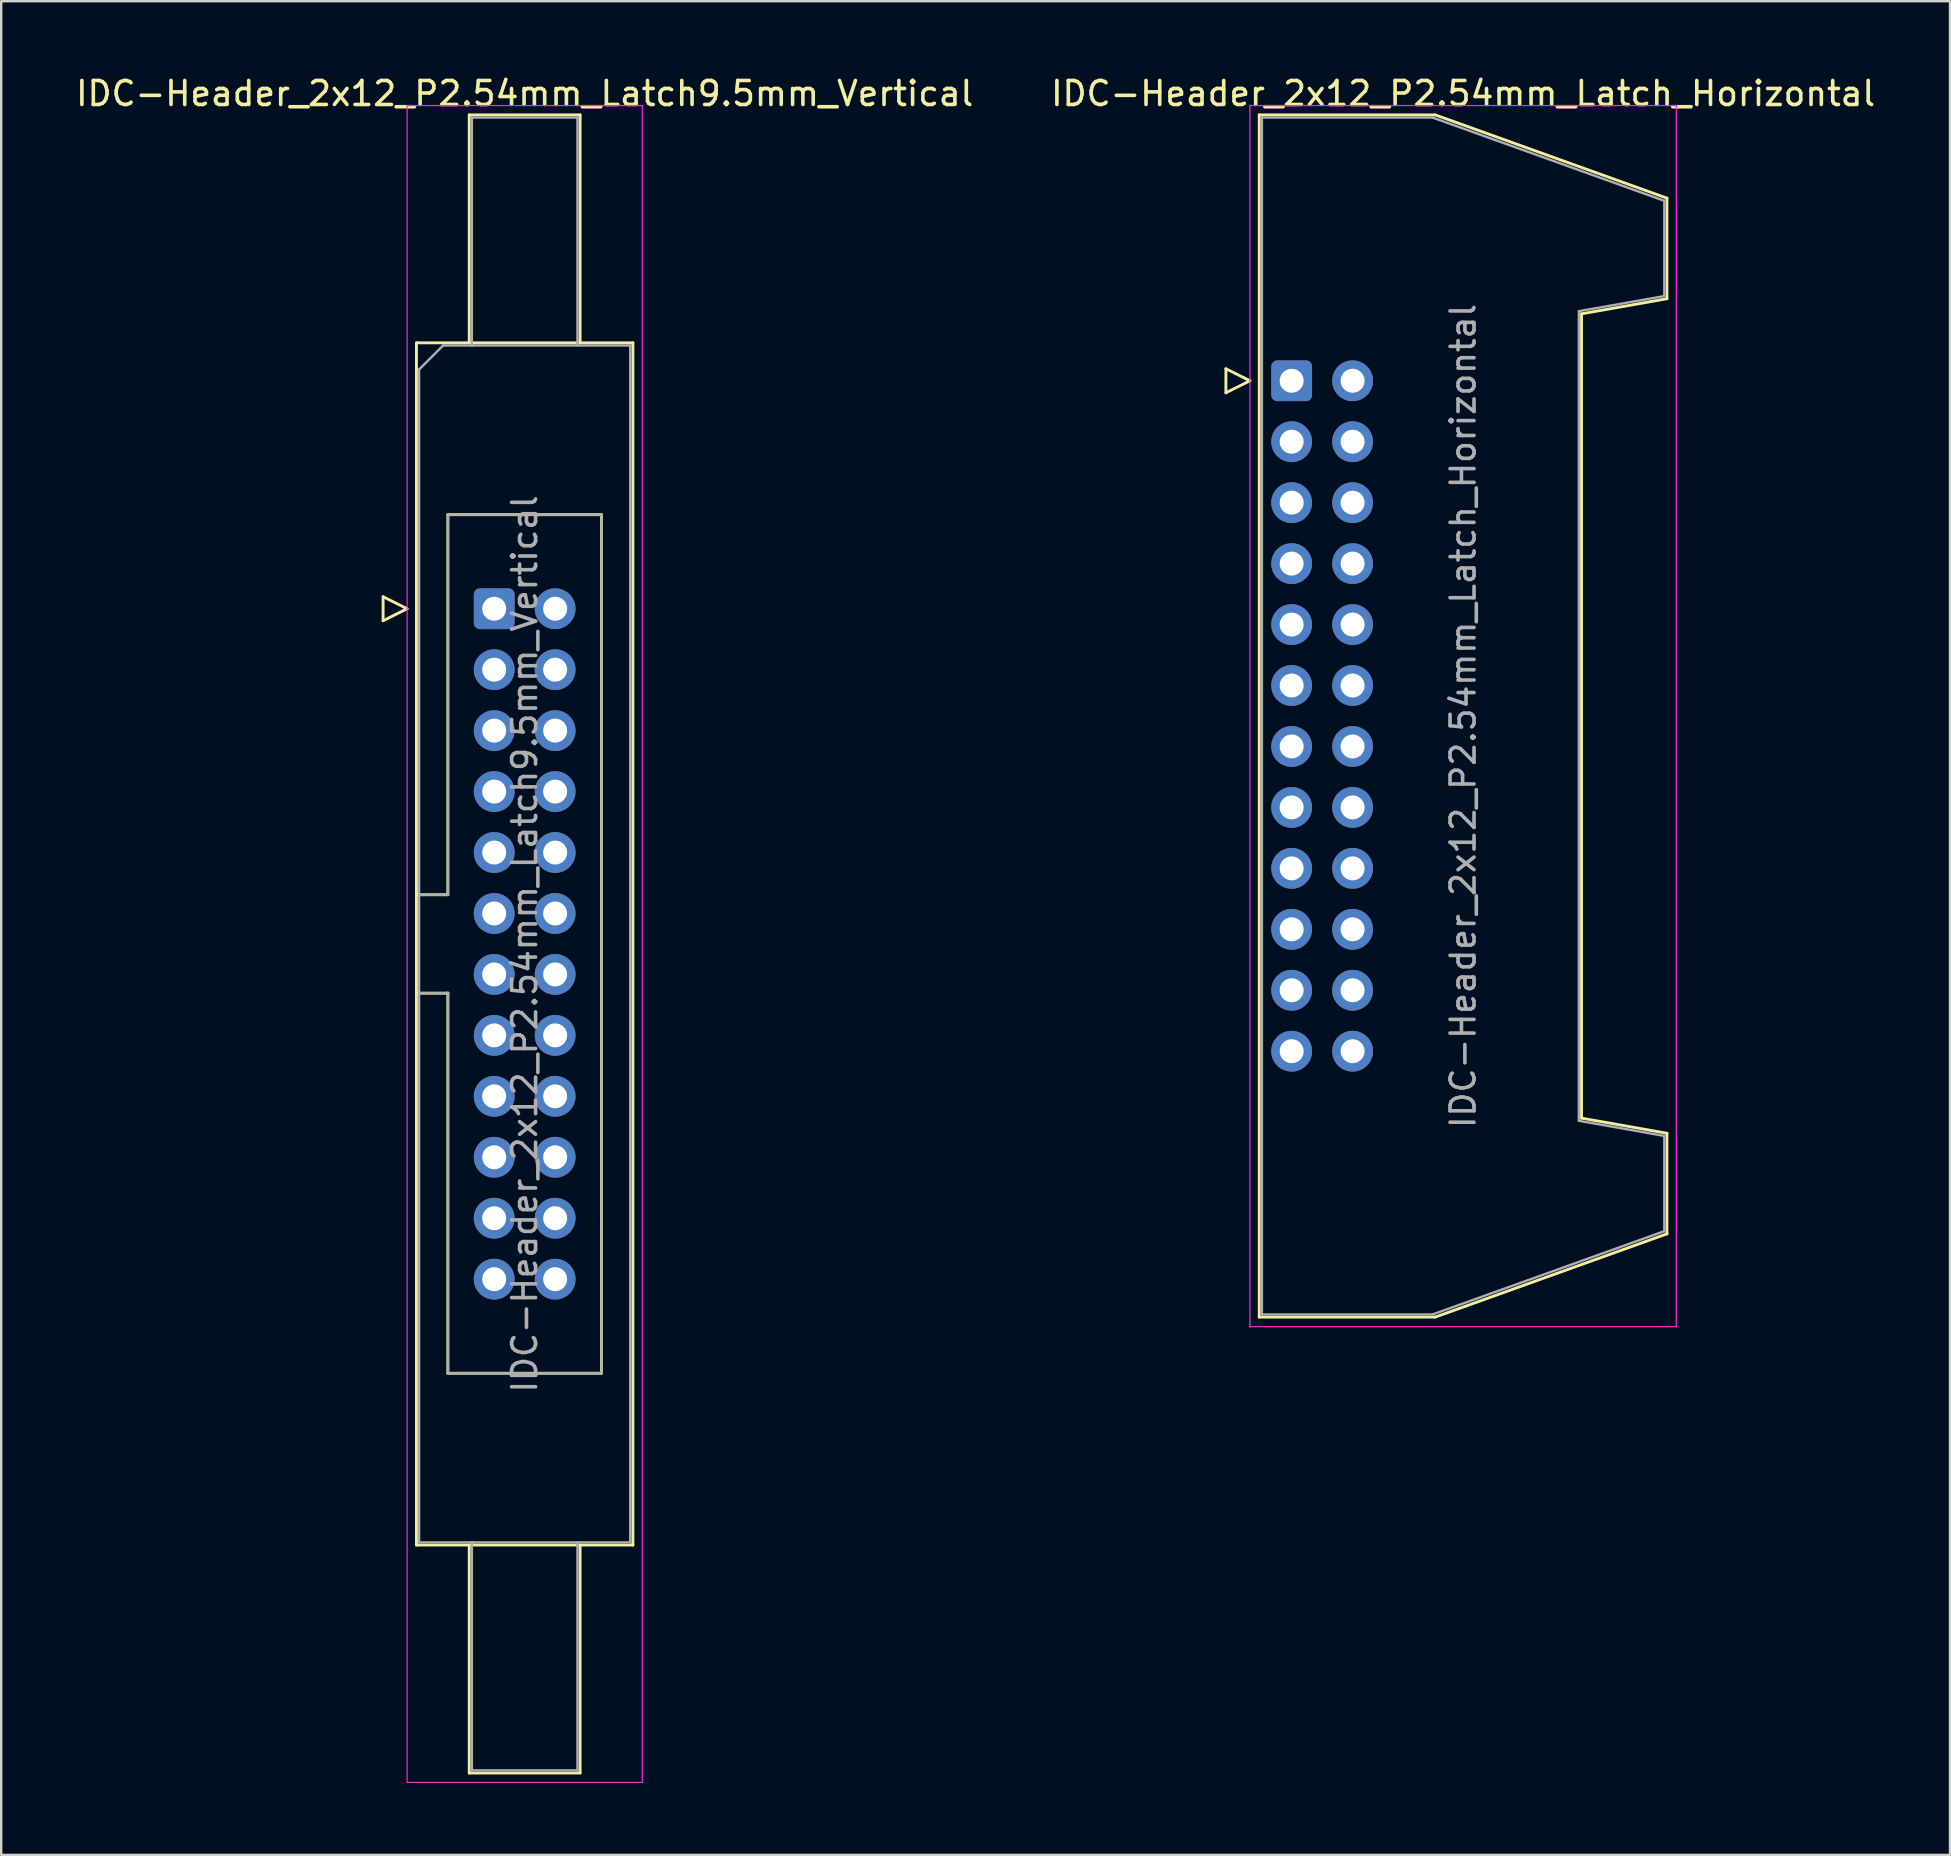
<source format=kicad_pcb>
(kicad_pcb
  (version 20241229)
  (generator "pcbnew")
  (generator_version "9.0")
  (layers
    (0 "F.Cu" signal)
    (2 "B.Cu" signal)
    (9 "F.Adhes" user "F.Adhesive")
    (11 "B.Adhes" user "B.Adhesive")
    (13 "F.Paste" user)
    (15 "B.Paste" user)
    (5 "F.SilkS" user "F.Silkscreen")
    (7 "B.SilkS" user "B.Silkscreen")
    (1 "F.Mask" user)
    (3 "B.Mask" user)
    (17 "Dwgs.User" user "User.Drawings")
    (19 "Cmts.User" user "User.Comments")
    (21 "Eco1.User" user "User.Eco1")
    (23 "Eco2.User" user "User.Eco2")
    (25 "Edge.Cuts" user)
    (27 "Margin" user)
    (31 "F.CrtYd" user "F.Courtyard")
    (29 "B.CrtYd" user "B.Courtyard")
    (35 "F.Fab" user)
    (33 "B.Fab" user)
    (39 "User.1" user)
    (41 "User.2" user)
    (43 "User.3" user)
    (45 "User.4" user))
  (footprint "IDC-Header_2x12_P2.54mm_Latch9.5mm_Vertical"
    (layer "F.Cu")
    (at 17.545 22.318)
    (property "Reference" "IDC-Header_2x12_P2.54mm_Latch9.5mm_Vertical" (at 1.27 -21.47 0) (layer "F.SilkS") (effects (font (size 1 1) (thickness 0.15))))
    (attr through_hole)
    (fp_line (start -4.63 -0.5) (end -4.63 0.5) (stroke (width 0.12) (type solid)) (layer "F.SilkS"))
    (fp_line (start -4.63 0.5) (end -3.63 0) (stroke (width 0.12) (type solid)) (layer "F.SilkS"))
    (fp_line (start -3.63 0) (end -4.63 -0.5) (stroke (width 0.12) (type solid)) (layer "F.SilkS"))
    (fp_line (start -3.24 -11.08) (end 5.78 -11.08) (stroke (width 0.12) (type solid)) (layer "F.SilkS"))
    (fp_line (start -3.24 11.92) (end -1.93 11.92) (stroke (width 0.12) (type solid)) (layer "F.SilkS"))
    (fp_line (start -3.24 39.02) (end -3.24 -11.08) (stroke (width 0.12) (type solid)) (layer "F.SilkS"))
    (fp_line (start -1.93 -3.92) (end 4.47 -3.92) (stroke (width 0.12) (type solid)) (layer "F.SilkS"))
    (fp_line (start -1.93 11.92) (end -1.93 -3.92) (stroke (width 0.12) (type solid)) (layer "F.SilkS"))
    (fp_line (start -1.93 16.02) (end -3.24 16.02) (stroke (width 0.12) (type solid)) (layer "F.SilkS"))
    (fp_line (start -1.93 16.02) (end -1.93 16.02) (stroke (width 0.12) (type solid)) (layer "F.SilkS"))
    (fp_line (start -1.93 31.86) (end -1.93 16.02) (stroke (width 0.12) (type solid)) (layer "F.SilkS"))
    (fp_line (start -1.04 -20.58) (end 3.58 -20.58) (stroke (width 0.12) (type solid)) (layer "F.SilkS"))
    (fp_line (start -1.04 -11.08) (end -1.04 -20.58) (stroke (width 0.12) (type solid)) (layer "F.SilkS"))
    (fp_line (start -1.04 39.02) (end -1.04 48.52) (stroke (width 0.12) (type solid)) (layer "F.SilkS"))
    (fp_line (start -1.04 48.52) (end 3.58 48.52) (stroke (width 0.12) (type solid)) (layer "F.SilkS"))
    (fp_line (start 3.58 -20.58) (end 3.58 -11.08) (stroke (width 0.12) (type solid)) (layer "F.SilkS"))
    (fp_line (start 3.58 48.52) (end 3.58 39.02) (stroke (width 0.12) (type solid)) (layer "F.SilkS"))
    (fp_line (start 4.47 -3.92) (end 4.47 31.86) (stroke (width 0.12) (type solid)) (layer "F.SilkS"))
    (fp_line (start 4.47 31.86) (end -1.93 31.86) (stroke (width 0.12) (type solid)) (layer "F.SilkS"))
    (fp_line (start 5.78 -11.08) (end 5.78 39.02) (stroke (width 0.12) (type solid)) (layer "F.SilkS"))
    (fp_line (start 5.78 39.02) (end -3.24 39.02) (stroke (width 0.12) (type solid)) (layer "F.SilkS"))
    (fp_line (start -3.63 -20.97) (end -3.63 48.91) (stroke (width 0.05) (type solid)) (layer "F.CrtYd"))
    (fp_line (start -3.63 48.91) (end 6.17 48.91) (stroke (width 0.05) (type solid)) (layer "F.CrtYd"))
    (fp_line (start 6.17 -20.97) (end -3.63 -20.97) (stroke (width 0.05) (type solid)) (layer "F.CrtYd"))
    (fp_line (start 6.17 48.91) (end 6.17 -20.97) (stroke (width 0.05) (type solid)) (layer "F.CrtYd"))
    (fp_line (start -3.13 -9.97) (end -2.13 -10.97) (stroke (width 0.1) (type solid)) (layer "F.Fab"))
    (fp_line (start -3.13 11.92) (end -1.93 11.92) (stroke (width 0.1) (type solid)) (layer "F.Fab"))
    (fp_line (start -3.13 38.91) (end -3.13 -9.97) (stroke (width 0.1) (type solid)) (layer "F.Fab"))
    (fp_line (start -2.13 -10.97) (end 5.67 -10.97) (stroke (width 0.1) (type solid)) (layer "F.Fab"))
    (fp_line (start -1.93 -3.92) (end 4.47 -3.92) (stroke (width 0.1) (type solid)) (layer "F.Fab"))
    (fp_line (start -1.93 11.92) (end -1.93 -3.92) (stroke (width 0.1) (type solid)) (layer "F.Fab"))
    (fp_line (start -1.93 16.02) (end -3.13 16.02) (stroke (width 0.1) (type solid)) (layer "F.Fab"))
    (fp_line (start -1.93 16.02) (end -1.93 16.02) (stroke (width 0.1) (type solid)) (layer "F.Fab"))
    (fp_line (start -1.93 31.86) (end -1.93 16.02) (stroke (width 0.1) (type solid)) (layer "F.Fab"))
    (fp_line (start -0.93 -20.47) (end 3.47 -20.47) (stroke (width 0.1) (type solid)) (layer "F.Fab"))
    (fp_line (start -0.93 -10.97) (end -0.93 -20.47) (stroke (width 0.1) (type solid)) (layer "F.Fab"))
    (fp_line (start -0.93 38.91) (end -0.93 48.41) (stroke (width 0.1) (type solid)) (layer "F.Fab"))
    (fp_line (start -0.93 48.41) (end 3.47 48.41) (stroke (width 0.1) (type solid)) (layer "F.Fab"))
    (fp_line (start 3.47 -20.47) (end 3.47 -10.97) (stroke (width 0.1) (type solid)) (layer "F.Fab"))
    (fp_line (start 3.47 48.41) (end 3.47 38.91) (stroke (width 0.1) (type solid)) (layer "F.Fab"))
    (fp_line (start 4.47 -3.92) (end 4.47 31.86) (stroke (width 0.1) (type solid)) (layer "F.Fab"))
    (fp_line (start 4.47 31.86) (end -1.93 31.86) (stroke (width 0.1) (type solid)) (layer "F.Fab"))
    (fp_line (start 5.67 -10.97) (end 5.67 38.91) (stroke (width 0.1) (type solid)) (layer "F.Fab"))
    (fp_line (start 5.67 38.91) (end -3.13 38.91) (stroke (width 0.1) (type solid)) (layer "F.Fab"))
    (fp_text user "${REFERENCE}" (at 1.27 13.97 90) (layer "F.Fab") (effects (font (size 1 1) (thickness 0.15))))
    (pad "1" thru_hole roundrect (at 0 0) (size 1.7 1.7) (drill 1) (layers "*.Cu" "*.Mask") (roundrect_rratio 0.147))
    (pad "2" thru_hole circle (at 2.54 0) (size 1.7 1.7) (drill 1) (layers "*.Cu" "*.Mask"))
    (pad "3" thru_hole circle (at 0 2.54) (size 1.7 1.7) (drill 1) (layers "*.Cu" "*.Mask"))
    (pad "4" thru_hole circle (at 2.54 2.54) (size 1.7 1.7) (drill 1) (layers "*.Cu" "*.Mask"))
    (pad "5" thru_hole circle (at 0 5.08) (size 1.7 1.7) (drill 1) (layers "*.Cu" "*.Mask"))
    (pad "6" thru_hole circle (at 2.54 5.08) (size 1.7 1.7) (drill 1) (layers "*.Cu" "*.Mask"))
    (pad "7" thru_hole circle (at 0 7.62) (size 1.7 1.7) (drill 1) (layers "*.Cu" "*.Mask"))
    (pad "8" thru_hole circle (at 2.54 7.62) (size 1.7 1.7) (drill 1) (layers "*.Cu" "*.Mask"))
    (pad "9" thru_hole circle (at 0 10.16) (size 1.7 1.7) (drill 1) (layers "*.Cu" "*.Mask"))
    (pad "10" thru_hole circle (at 2.54 10.16) (size 1.7 1.7) (drill 1) (layers "*.Cu" "*.Mask"))
    (pad "11" thru_hole circle (at 0 12.7) (size 1.7 1.7) (drill 1) (layers "*.Cu" "*.Mask"))
    (pad "12" thru_hole circle (at 2.54 12.7) (size 1.7 1.7) (drill 1) (layers "*.Cu" "*.Mask"))
    (pad "13" thru_hole circle (at 0 15.24) (size 1.7 1.7) (drill 1) (layers "*.Cu" "*.Mask"))
    (pad "14" thru_hole circle (at 2.54 15.24) (size 1.7 1.7) (drill 1) (layers "*.Cu" "*.Mask"))
    (pad "15" thru_hole circle (at 0 17.78) (size 1.7 1.7) (drill 1) (layers "*.Cu" "*.Mask"))
    (pad "16" thru_hole circle (at 2.54 17.78) (size 1.7 1.7) (drill 1) (layers "*.Cu" "*.Mask"))
    (pad "17" thru_hole circle (at 0 20.32) (size 1.7 1.7) (drill 1) (layers "*.Cu" "*.Mask"))
    (pad "18" thru_hole circle (at 2.54 20.32) (size 1.7 1.7) (drill 1) (layers "*.Cu" "*.Mask"))
    (pad "19" thru_hole circle (at 0 22.86) (size 1.7 1.7) (drill 1) (layers "*.Cu" "*.Mask"))
    (pad "20" thru_hole circle (at 2.54 22.86) (size 1.7 1.7) (drill 1) (layers "*.Cu" "*.Mask"))
    (pad "21" thru_hole circle (at 0 25.4) (size 1.7 1.7) (drill 1) (layers "*.Cu" "*.Mask"))
    (pad "22" thru_hole circle (at 2.54 25.4) (size 1.7 1.7) (drill 1) (layers "*.Cu" "*.Mask"))
    (pad "23" thru_hole circle (at 0 27.94) (size 1.7 1.7) (drill 1) (layers "*.Cu" "*.Mask"))
    (pad "24" thru_hole circle (at 2.54 27.94) (size 1.7 1.7) (drill 1) (layers "*.Cu" "*.Mask")))
  (footprint "IDC-Header_2x12_P2.54mm_Latch_Horizontal"
    (layer "F.Cu")
    (at 50.778 12.818)
    (property "Reference" "IDC-Header_2x12_P2.54mm_Latch_Horizontal" (at 7.145 -11.97 0) (layer "F.SilkS") (effects (font (size 1 1) (thickness 0.15))))
    (attr through_hole)
    (fp_line (start -2.74 -0.5) (end -2.74 0.5) (stroke (width 0.12) (type solid)) (layer "F.SilkS"))
    (fp_line (start -2.74 0.5) (end -1.74 0) (stroke (width 0.12) (type solid)) (layer "F.SilkS"))
    (fp_line (start -1.74 0) (end -2.74 -0.5) (stroke (width 0.12) (type solid)) (layer "F.SilkS"))
    (fp_line (start -1.35 -11.08) (end 5.98 -11.08) (stroke (width 0.12) (type solid)) (layer "F.SilkS"))
    (fp_line (start -1.35 39.02) (end -1.35 -11.08) (stroke (width 0.12) (type solid)) (layer "F.SilkS"))
    (fp_line (start 5.98 -11.08) (end 15.64 -7.61) (stroke (width 0.12) (type solid)) (layer "F.SilkS"))
    (fp_line (start 5.98 39.02) (end -1.35 39.02) (stroke (width 0.12) (type solid)) (layer "F.SilkS"))
    (fp_line (start 12.08 -2.79) (end 12.08 30.73) (stroke (width 0.12) (type solid)) (layer "F.SilkS"))
    (fp_line (start 12.08 30.73) (end 15.64 31.36) (stroke (width 0.12) (type solid)) (layer "F.SilkS"))
    (fp_line (start 15.64 -7.61) (end 15.64 -3.42) (stroke (width 0.12) (type solid)) (layer "F.SilkS"))
    (fp_line (start 15.64 -3.42) (end 12.08 -2.79) (stroke (width 0.12) (type solid)) (layer "F.SilkS"))
    (fp_line (start 15.64 31.36) (end 15.64 35.55) (stroke (width 0.12) (type solid)) (layer "F.SilkS"))
    (fp_line (start 15.64 35.55) (end 5.98 39.02) (stroke (width 0.12) (type solid)) (layer "F.SilkS"))
    (fp_line (start -1.74 -11.47) (end -1.74 39.42) (stroke (width 0.05) (type solid)) (layer "F.CrtYd"))
    (fp_line (start -1.74 39.42) (end 16.03 39.42) (stroke (width 0.05) (type solid)) (layer "F.CrtYd"))
    (fp_line (start 16.03 -11.47) (end -1.74 -11.47) (stroke (width 0.05) (type solid)) (layer "F.CrtYd"))
    (fp_line (start 16.03 39.42) (end 16.03 -11.47) (stroke (width 0.05) (type solid)) (layer "F.CrtYd"))
    (fp_line (start -1.24 -10.97) (end 5.87 -10.97) (stroke (width 0.1) (type solid)) (layer "F.Fab"))
    (fp_line (start -1.24 38.91) (end -1.24 -10.97) (stroke (width 0.1) (type solid)) (layer "F.Fab"))
    (fp_line (start 5.87 -10.97) (end 15.53 -7.5) (stroke (width 0.1) (type solid)) (layer "F.Fab"))
    (fp_line (start 5.87 38.91) (end -1.24 38.91) (stroke (width 0.1) (type solid)) (layer "F.Fab"))
    (fp_line (start 11.97 -2.9) (end 11.97 30.84) (stroke (width 0.1) (type solid)) (layer "F.Fab"))
    (fp_line (start 11.97 30.84) (end 15.53 31.47) (stroke (width 0.1) (type solid)) (layer "F.Fab"))
    (fp_line (start 15.53 -7.5) (end 15.53 -3.53) (stroke (width 0.1) (type solid)) (layer "F.Fab"))
    (fp_line (start 15.53 -3.53) (end 11.97 -2.9) (stroke (width 0.1) (type solid)) (layer "F.Fab"))
    (fp_line (start 15.53 31.47) (end 15.53 35.44) (stroke (width 0.1) (type solid)) (layer "F.Fab"))
    (fp_line (start 15.53 35.44) (end 5.87 38.91) (stroke (width 0.1) (type solid)) (layer "F.Fab"))
    (fp_text user "${REFERENCE}" (at 7.145 13.97 90) (layer "F.Fab") (effects (font (size 1 1) (thickness 0.15))))
    (pad "1" thru_hole roundrect (at 0 0) (size 1.7 1.7) (drill 1) (layers "*.Cu" "*.Mask") (roundrect_rratio 0.147))
    (pad "2" thru_hole circle (at 2.54 0) (size 1.7 1.7) (drill 1) (layers "*.Cu" "*.Mask"))
    (pad "3" thru_hole circle (at 0 2.54) (size 1.7 1.7) (drill 1) (layers "*.Cu" "*.Mask"))
    (pad "4" thru_hole circle (at 2.54 2.54) (size 1.7 1.7) (drill 1) (layers "*.Cu" "*.Mask"))
    (pad "5" thru_hole circle (at 0 5.08) (size 1.7 1.7) (drill 1) (layers "*.Cu" "*.Mask"))
    (pad "6" thru_hole circle (at 2.54 5.08) (size 1.7 1.7) (drill 1) (layers "*.Cu" "*.Mask"))
    (pad "7" thru_hole circle (at 0 7.62) (size 1.7 1.7) (drill 1) (layers "*.Cu" "*.Mask"))
    (pad "8" thru_hole circle (at 2.54 7.62) (size 1.7 1.7) (drill 1) (layers "*.Cu" "*.Mask"))
    (pad "9" thru_hole circle (at 0 10.16) (size 1.7 1.7) (drill 1) (layers "*.Cu" "*.Mask"))
    (pad "10" thru_hole circle (at 2.54 10.16) (size 1.7 1.7) (drill 1) (layers "*.Cu" "*.Mask"))
    (pad "11" thru_hole circle (at 0 12.7) (size 1.7 1.7) (drill 1) (layers "*.Cu" "*.Mask"))
    (pad "12" thru_hole circle (at 2.54 12.7) (size 1.7 1.7) (drill 1) (layers "*.Cu" "*.Mask"))
    (pad "13" thru_hole circle (at 0 15.24) (size 1.7 1.7) (drill 1) (layers "*.Cu" "*.Mask"))
    (pad "14" thru_hole circle (at 2.54 15.24) (size 1.7 1.7) (drill 1) (layers "*.Cu" "*.Mask"))
    (pad "15" thru_hole circle (at 0 17.78) (size 1.7 1.7) (drill 1) (layers "*.Cu" "*.Mask"))
    (pad "16" thru_hole circle (at 2.54 17.78) (size 1.7 1.7) (drill 1) (layers "*.Cu" "*.Mask"))
    (pad "17" thru_hole circle (at 0 20.32) (size 1.7 1.7) (drill 1) (layers "*.Cu" "*.Mask"))
    (pad "18" thru_hole circle (at 2.54 20.32) (size 1.7 1.7) (drill 1) (layers "*.Cu" "*.Mask"))
    (pad "19" thru_hole circle (at 0 22.86) (size 1.7 1.7) (drill 1) (layers "*.Cu" "*.Mask"))
    (pad "20" thru_hole circle (at 2.54 22.86) (size 1.7 1.7) (drill 1) (layers "*.Cu" "*.Mask"))
    (pad "21" thru_hole circle (at 0 25.4) (size 1.7 1.7) (drill 1) (layers "*.Cu" "*.Mask"))
    (pad "22" thru_hole circle (at 2.54 25.4) (size 1.7 1.7) (drill 1) (layers "*.Cu" "*.Mask"))
    (pad "23" thru_hole circle (at 0 27.94) (size 1.7 1.7) (drill 1) (layers "*.Cu" "*.Mask"))
    (pad "24" thru_hole circle (at 2.54 27.94) (size 1.7 1.7) (drill 1) (layers "*.Cu" "*.Mask")))
  (gr_rect
    (start -3 -3)
    (end 78.214 74.253)
    (stroke (width 0.1) (type default))
    (fill no)
    (layer "Edge.Cuts")))
</source>
